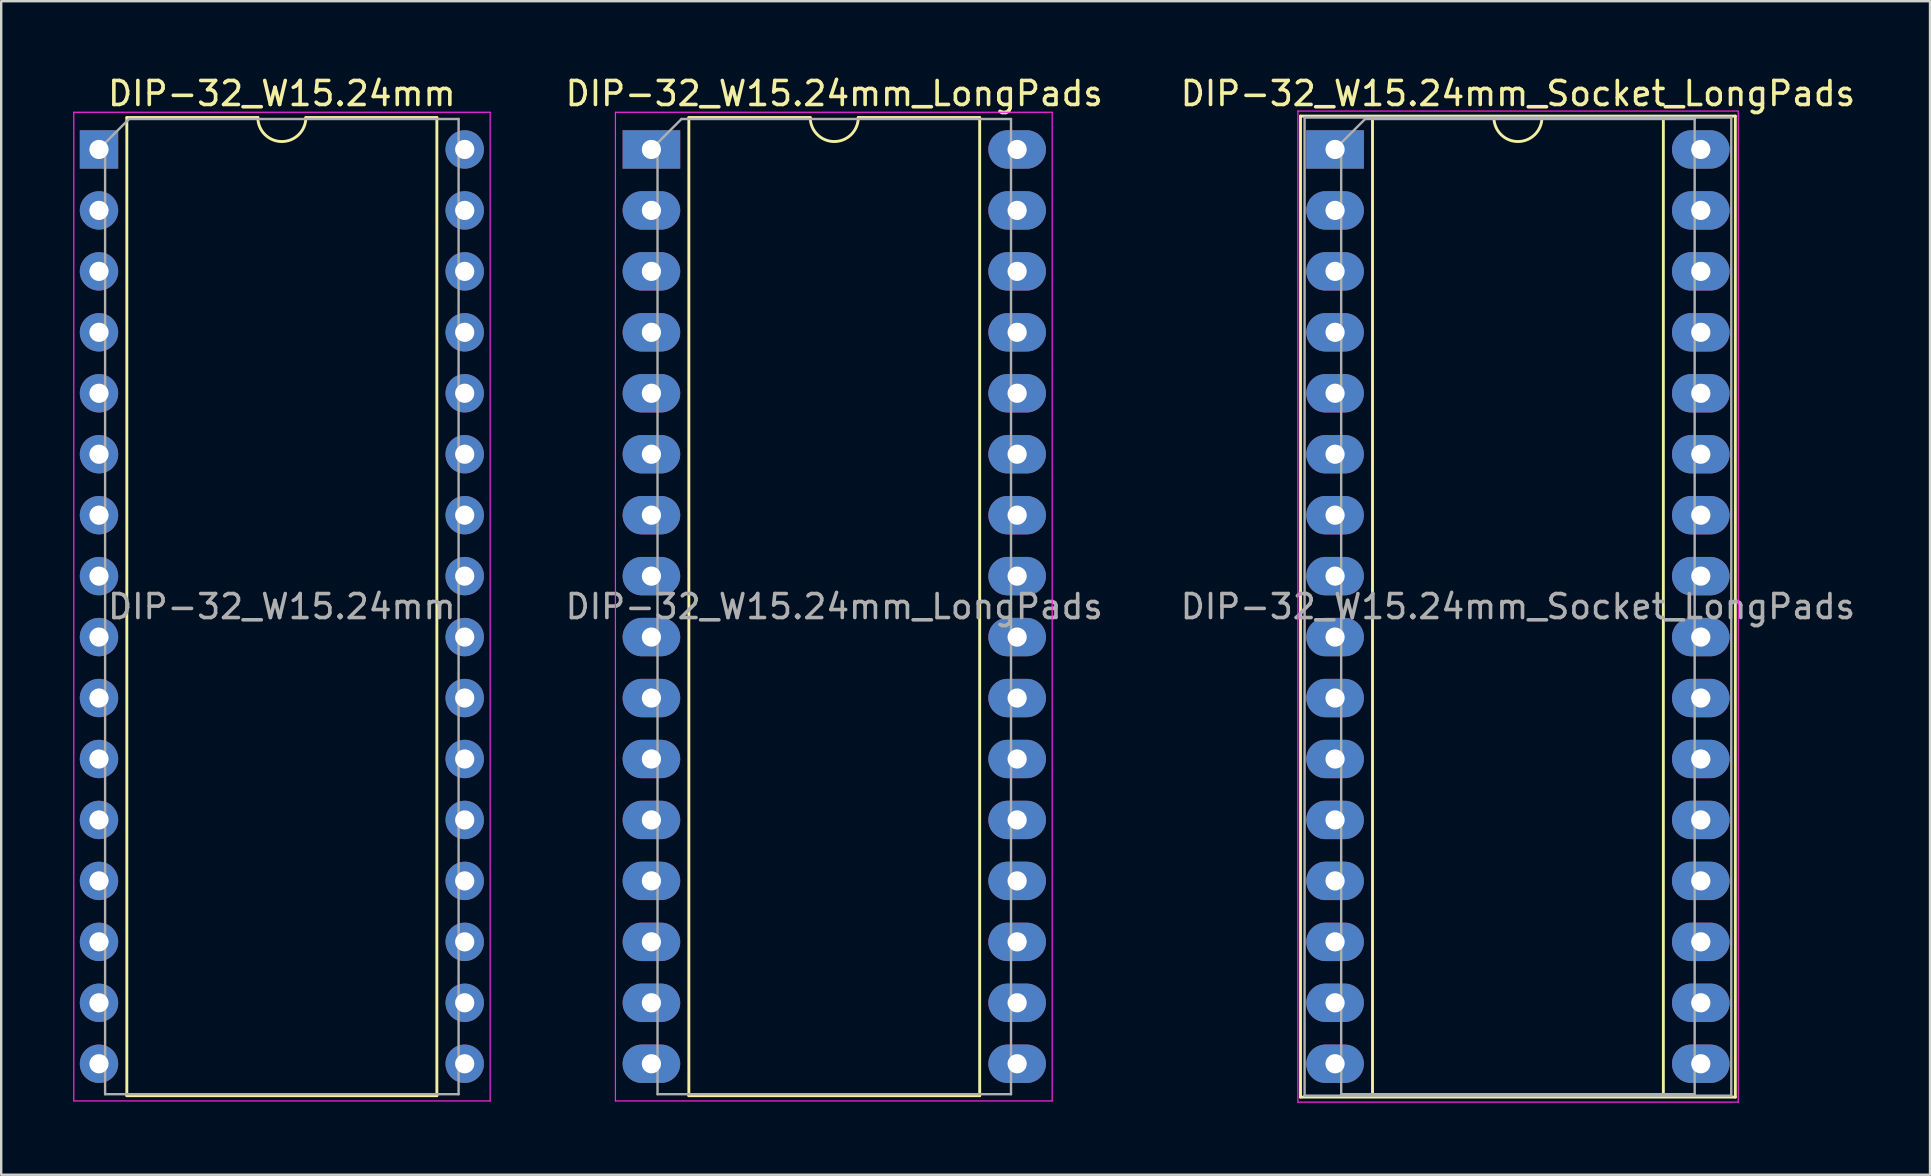
<source format=kicad_pcb>
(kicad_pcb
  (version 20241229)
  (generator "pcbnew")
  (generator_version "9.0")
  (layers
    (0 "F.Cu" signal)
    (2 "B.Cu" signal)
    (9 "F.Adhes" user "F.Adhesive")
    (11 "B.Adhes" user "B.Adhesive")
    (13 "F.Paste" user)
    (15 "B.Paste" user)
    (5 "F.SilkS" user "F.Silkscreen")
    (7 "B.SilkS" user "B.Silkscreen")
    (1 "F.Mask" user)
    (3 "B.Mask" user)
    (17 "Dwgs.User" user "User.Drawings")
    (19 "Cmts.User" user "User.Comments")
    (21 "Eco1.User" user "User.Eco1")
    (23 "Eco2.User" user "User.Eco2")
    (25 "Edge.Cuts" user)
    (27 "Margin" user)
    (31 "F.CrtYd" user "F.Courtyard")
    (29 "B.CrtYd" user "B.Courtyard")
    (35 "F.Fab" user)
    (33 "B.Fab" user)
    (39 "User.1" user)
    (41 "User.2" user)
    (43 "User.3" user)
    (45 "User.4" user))
  (footprint "DIP-32_W15.24mm_Socket_LongPads"
    (layer "F.Cu")
    (at 52.584 3.178)
    (property "Reference" "DIP-32_W15.24mm_Socket_LongPads" (at 7.62 -2.33 0) (layer "F.SilkS") (effects (font (size 1 1) (thickness 0.15))))
    (attr through_hole)
    (fp_line (start -1.44 -1.39) (end -1.44 39.49) (stroke (width 0.12) (type solid)) (layer "F.SilkS"))
    (fp_line (start -1.44 39.49) (end 16.68 39.49) (stroke (width 0.12) (type solid)) (layer "F.SilkS"))
    (fp_line (start 1.56 -1.33) (end 1.56 39.43) (stroke (width 0.12) (type solid)) (layer "F.SilkS"))
    (fp_line (start 1.56 39.43) (end 13.68 39.43) (stroke (width 0.12) (type solid)) (layer "F.SilkS"))
    (fp_line (start 6.62 -1.33) (end 1.56 -1.33) (stroke (width 0.12) (type solid)) (layer "F.SilkS"))
    (fp_line (start 13.68 -1.33) (end 8.62 -1.33) (stroke (width 0.12) (type solid)) (layer "F.SilkS"))
    (fp_line (start 13.68 39.43) (end 13.68 -1.33) (stroke (width 0.12) (type solid)) (layer "F.SilkS"))
    (fp_line (start 16.68 -1.39) (end -1.44 -1.39) (stroke (width 0.12) (type solid)) (layer "F.SilkS"))
    (fp_line (start 16.68 39.49) (end 16.68 -1.39) (stroke (width 0.12) (type solid)) (layer "F.SilkS"))
    (fp_arc (start 8.62 -1.33) (mid 7.62 -0.33) (end 6.62 -1.33) (stroke (width 0.12) (type solid)) (layer "F.SilkS"))
    (fp_line (start -1.55 -1.6) (end -1.55 39.7) (stroke (width 0.05) (type solid)) (layer "F.CrtYd"))
    (fp_line (start -1.55 39.7) (end 16.8 39.7) (stroke (width 0.05) (type solid)) (layer "F.CrtYd"))
    (fp_line (start 16.8 -1.6) (end -1.55 -1.6) (stroke (width 0.05) (type solid)) (layer "F.CrtYd"))
    (fp_line (start 16.8 39.7) (end 16.8 -1.6) (stroke (width 0.05) (type solid)) (layer "F.CrtYd"))
    (fp_line (start -1.27 -1.33) (end -1.27 39.43) (stroke (width 0.1) (type solid)) (layer "F.Fab"))
    (fp_line (start -1.27 39.43) (end 16.51 39.43) (stroke (width 0.1) (type solid)) (layer "F.Fab"))
    (fp_line (start 0.255 -0.27) (end 1.255 -1.27) (stroke (width 0.1) (type solid)) (layer "F.Fab"))
    (fp_line (start 0.255 39.37) (end 0.255 -0.27) (stroke (width 0.1) (type solid)) (layer "F.Fab"))
    (fp_line (start 1.255 -1.27) (end 14.985 -1.27) (stroke (width 0.1) (type solid)) (layer "F.Fab"))
    (fp_line (start 14.985 -1.27) (end 14.985 39.37) (stroke (width 0.1) (type solid)) (layer "F.Fab"))
    (fp_line (start 14.985 39.37) (end 0.255 39.37) (stroke (width 0.1) (type solid)) (layer "F.Fab"))
    (fp_line (start 16.51 -1.33) (end -1.27 -1.33) (stroke (width 0.1) (type solid)) (layer "F.Fab"))
    (fp_line (start 16.51 39.43) (end 16.51 -1.33) (stroke (width 0.1) (type solid)) (layer "F.Fab"))
    (fp_text user "${REFERENCE}" (at 7.62 19.05 0) (layer "F.Fab") (effects (font (size 1 1) (thickness 0.15))))
    (pad "1" thru_hole rect (at 0 0) (size 2.4 1.6) (drill 0.8) (layers "*.Cu" "*.Mask"))
    (pad "2" thru_hole oval (at 0 2.54) (size 2.4 1.6) (drill 0.8) (layers "*.Cu" "*.Mask"))
    (pad "3" thru_hole oval (at 0 5.08) (size 2.4 1.6) (drill 0.8) (layers "*.Cu" "*.Mask"))
    (pad "4" thru_hole oval (at 0 7.62) (size 2.4 1.6) (drill 0.8) (layers "*.Cu" "*.Mask"))
    (pad "5" thru_hole oval (at 0 10.16) (size 2.4 1.6) (drill 0.8) (layers "*.Cu" "*.Mask"))
    (pad "6" thru_hole oval (at 0 12.7) (size 2.4 1.6) (drill 0.8) (layers "*.Cu" "*.Mask"))
    (pad "7" thru_hole oval (at 0 15.24) (size 2.4 1.6) (drill 0.8) (layers "*.Cu" "*.Mask"))
    (pad "8" thru_hole oval (at 0 17.78) (size 2.4 1.6) (drill 0.8) (layers "*.Cu" "*.Mask"))
    (pad "9" thru_hole oval (at 0 20.32) (size 2.4 1.6) (drill 0.8) (layers "*.Cu" "*.Mask"))
    (pad "10" thru_hole oval (at 0 22.86) (size 2.4 1.6) (drill 0.8) (layers "*.Cu" "*.Mask"))
    (pad "11" thru_hole oval (at 0 25.4) (size 2.4 1.6) (drill 0.8) (layers "*.Cu" "*.Mask"))
    (pad "12" thru_hole oval (at 0 27.94) (size 2.4 1.6) (drill 0.8) (layers "*.Cu" "*.Mask"))
    (pad "13" thru_hole oval (at 0 30.48) (size 2.4 1.6) (drill 0.8) (layers "*.Cu" "*.Mask"))
    (pad "14" thru_hole oval (at 0 33.02) (size 2.4 1.6) (drill 0.8) (layers "*.Cu" "*.Mask"))
    (pad "15" thru_hole oval (at 0 35.56) (size 2.4 1.6) (drill 0.8) (layers "*.Cu" "*.Mask"))
    (pad "16" thru_hole oval (at 0 38.1) (size 2.4 1.6) (drill 0.8) (layers "*.Cu" "*.Mask"))
    (pad "17" thru_hole oval (at 15.24 38.1) (size 2.4 1.6) (drill 0.8) (layers "*.Cu" "*.Mask"))
    (pad "18" thru_hole oval (at 15.24 35.56) (size 2.4 1.6) (drill 0.8) (layers "*.Cu" "*.Mask"))
    (pad "19" thru_hole oval (at 15.24 33.02) (size 2.4 1.6) (drill 0.8) (layers "*.Cu" "*.Mask"))
    (pad "20" thru_hole oval (at 15.24 30.48) (size 2.4 1.6) (drill 0.8) (layers "*.Cu" "*.Mask"))
    (pad "21" thru_hole oval (at 15.24 27.94) (size 2.4 1.6) (drill 0.8) (layers "*.Cu" "*.Mask"))
    (pad "22" thru_hole oval (at 15.24 25.4) (size 2.4 1.6) (drill 0.8) (layers "*.Cu" "*.Mask"))
    (pad "23" thru_hole oval (at 15.24 22.86) (size 2.4 1.6) (drill 0.8) (layers "*.Cu" "*.Mask"))
    (pad "24" thru_hole oval (at 15.24 20.32) (size 2.4 1.6) (drill 0.8) (layers "*.Cu" "*.Mask"))
    (pad "25" thru_hole oval (at 15.24 17.78) (size 2.4 1.6) (drill 0.8) (layers "*.Cu" "*.Mask"))
    (pad "26" thru_hole oval (at 15.24 15.24) (size 2.4 1.6) (drill 0.8) (layers "*.Cu" "*.Mask"))
    (pad "27" thru_hole oval (at 15.24 12.7) (size 2.4 1.6) (drill 0.8) (layers "*.Cu" "*.Mask"))
    (pad "28" thru_hole oval (at 15.24 10.16) (size 2.4 1.6) (drill 0.8) (layers "*.Cu" "*.Mask"))
    (pad "29" thru_hole oval (at 15.24 7.62) (size 2.4 1.6) (drill 0.8) (layers "*.Cu" "*.Mask"))
    (pad "30" thru_hole oval (at 15.24 5.08) (size 2.4 1.6) (drill 0.8) (layers "*.Cu" "*.Mask"))
    (pad "31" thru_hole oval (at 15.24 2.54) (size 2.4 1.6) (drill 0.8) (layers "*.Cu" "*.Mask"))
    (pad "32" thru_hole oval (at 15.24 0) (size 2.4 1.6) (drill 0.8) (layers "*.Cu" "*.Mask")))
  (footprint "DIP-32_W15.24mm"
    (layer "F.Cu")
    (at 1.075 3.178)
    (property "Reference" "DIP-32_W15.24mm" (at 7.62 -2.33 0) (layer "F.SilkS") (effects (font (size 1 1) (thickness 0.15))))
    (attr through_hole)
    (fp_line (start 1.16 -1.33) (end 1.16 39.43) (stroke (width 0.12) (type solid)) (layer "F.SilkS"))
    (fp_line (start 1.16 39.43) (end 14.08 39.43) (stroke (width 0.12) (type solid)) (layer "F.SilkS"))
    (fp_line (start 6.62 -1.33) (end 1.16 -1.33) (stroke (width 0.12) (type solid)) (layer "F.SilkS"))
    (fp_line (start 14.08 -1.33) (end 8.62 -1.33) (stroke (width 0.12) (type solid)) (layer "F.SilkS"))
    (fp_line (start 14.08 39.43) (end 14.08 -1.33) (stroke (width 0.12) (type solid)) (layer "F.SilkS"))
    (fp_arc (start 8.62 -1.33) (mid 7.62 -0.33) (end 6.62 -1.33) (stroke (width 0.12) (type solid)) (layer "F.SilkS"))
    (fp_line (start -1.05 -1.55) (end -1.05 39.65) (stroke (width 0.05) (type solid)) (layer "F.CrtYd"))
    (fp_line (start -1.05 39.65) (end 16.3 39.65) (stroke (width 0.05) (type solid)) (layer "F.CrtYd"))
    (fp_line (start 16.3 -1.55) (end -1.05 -1.55) (stroke (width 0.05) (type solid)) (layer "F.CrtYd"))
    (fp_line (start 16.3 39.65) (end 16.3 -1.55) (stroke (width 0.05) (type solid)) (layer "F.CrtYd"))
    (fp_line (start 0.255 -0.27) (end 1.255 -1.27) (stroke (width 0.1) (type solid)) (layer "F.Fab"))
    (fp_line (start 0.255 39.37) (end 0.255 -0.27) (stroke (width 0.1) (type solid)) (layer "F.Fab"))
    (fp_line (start 1.255 -1.27) (end 14.985 -1.27) (stroke (width 0.1) (type solid)) (layer "F.Fab"))
    (fp_line (start 14.985 -1.27) (end 14.985 39.37) (stroke (width 0.1) (type solid)) (layer "F.Fab"))
    (fp_line (start 14.985 39.37) (end 0.255 39.37) (stroke (width 0.1) (type solid)) (layer "F.Fab"))
    (fp_text user "${REFERENCE}" (at 7.62 19.05 0) (layer "F.Fab") (effects (font (size 1 1) (thickness 0.15))))
    (pad "1" thru_hole rect (at 0 0) (size 1.6 1.6) (drill 0.8) (layers "*.Cu" "*.Mask"))
    (pad "2" thru_hole oval (at 0 2.54) (size 1.6 1.6) (drill 0.8) (layers "*.Cu" "*.Mask"))
    (pad "3" thru_hole oval (at 0 5.08) (size 1.6 1.6) (drill 0.8) (layers "*.Cu" "*.Mask"))
    (pad "4" thru_hole oval (at 0 7.62) (size 1.6 1.6) (drill 0.8) (layers "*.Cu" "*.Mask"))
    (pad "5" thru_hole oval (at 0 10.16) (size 1.6 1.6) (drill 0.8) (layers "*.Cu" "*.Mask"))
    (pad "6" thru_hole oval (at 0 12.7) (size 1.6 1.6) (drill 0.8) (layers "*.Cu" "*.Mask"))
    (pad "7" thru_hole oval (at 0 15.24) (size 1.6 1.6) (drill 0.8) (layers "*.Cu" "*.Mask"))
    (pad "8" thru_hole oval (at 0 17.78) (size 1.6 1.6) (drill 0.8) (layers "*.Cu" "*.Mask"))
    (pad "9" thru_hole oval (at 0 20.32) (size 1.6 1.6) (drill 0.8) (layers "*.Cu" "*.Mask"))
    (pad "10" thru_hole oval (at 0 22.86) (size 1.6 1.6) (drill 0.8) (layers "*.Cu" "*.Mask"))
    (pad "11" thru_hole oval (at 0 25.4) (size 1.6 1.6) (drill 0.8) (layers "*.Cu" "*.Mask"))
    (pad "12" thru_hole oval (at 0 27.94) (size 1.6 1.6) (drill 0.8) (layers "*.Cu" "*.Mask"))
    (pad "13" thru_hole oval (at 0 30.48) (size 1.6 1.6) (drill 0.8) (layers "*.Cu" "*.Mask"))
    (pad "14" thru_hole oval (at 0 33.02) (size 1.6 1.6) (drill 0.8) (layers "*.Cu" "*.Mask"))
    (pad "15" thru_hole oval (at 0 35.56) (size 1.6 1.6) (drill 0.8) (layers "*.Cu" "*.Mask"))
    (pad "16" thru_hole oval (at 0 38.1) (size 1.6 1.6) (drill 0.8) (layers "*.Cu" "*.Mask"))
    (pad "17" thru_hole oval (at 15.24 38.1) (size 1.6 1.6) (drill 0.8) (layers "*.Cu" "*.Mask"))
    (pad "18" thru_hole oval (at 15.24 35.56) (size 1.6 1.6) (drill 0.8) (layers "*.Cu" "*.Mask"))
    (pad "19" thru_hole oval (at 15.24 33.02) (size 1.6 1.6) (drill 0.8) (layers "*.Cu" "*.Mask"))
    (pad "20" thru_hole oval (at 15.24 30.48) (size 1.6 1.6) (drill 0.8) (layers "*.Cu" "*.Mask"))
    (pad "21" thru_hole oval (at 15.24 27.94) (size 1.6 1.6) (drill 0.8) (layers "*.Cu" "*.Mask"))
    (pad "22" thru_hole oval (at 15.24 25.4) (size 1.6 1.6) (drill 0.8) (layers "*.Cu" "*.Mask"))
    (pad "23" thru_hole oval (at 15.24 22.86) (size 1.6 1.6) (drill 0.8) (layers "*.Cu" "*.Mask"))
    (pad "24" thru_hole oval (at 15.24 20.32) (size 1.6 1.6) (drill 0.8) (layers "*.Cu" "*.Mask"))
    (pad "25" thru_hole oval (at 15.24 17.78) (size 1.6 1.6) (drill 0.8) (layers "*.Cu" "*.Mask"))
    (pad "26" thru_hole oval (at 15.24 15.24) (size 1.6 1.6) (drill 0.8) (layers "*.Cu" "*.Mask"))
    (pad "27" thru_hole oval (at 15.24 12.7) (size 1.6 1.6) (drill 0.8) (layers "*.Cu" "*.Mask"))
    (pad "28" thru_hole oval (at 15.24 10.16) (size 1.6 1.6) (drill 0.8) (layers "*.Cu" "*.Mask"))
    (pad "29" thru_hole oval (at 15.24 7.62) (size 1.6 1.6) (drill 0.8) (layers "*.Cu" "*.Mask"))
    (pad "30" thru_hole oval (at 15.24 5.08) (size 1.6 1.6) (drill 0.8) (layers "*.Cu" "*.Mask"))
    (pad "31" thru_hole oval (at 15.24 2.54) (size 1.6 1.6) (drill 0.8) (layers "*.Cu" "*.Mask"))
    (pad "32" thru_hole oval (at 15.24 0) (size 1.6 1.6) (drill 0.8) (layers "*.Cu" "*.Mask")))
  (footprint "DIP-32_W15.24mm_LongPads"
    (layer "F.Cu")
    (at 24.095 3.178)
    (property "Reference" "DIP-32_W15.24mm_LongPads" (at 7.62 -2.33 0) (layer "F.SilkS") (effects (font (size 1 1) (thickness 0.15))))
    (attr through_hole)
    (fp_line (start 1.56 -1.33) (end 1.56 39.43) (stroke (width 0.12) (type solid)) (layer "F.SilkS"))
    (fp_line (start 1.56 39.43) (end 13.68 39.43) (stroke (width 0.12) (type solid)) (layer "F.SilkS"))
    (fp_line (start 6.62 -1.33) (end 1.56 -1.33) (stroke (width 0.12) (type solid)) (layer "F.SilkS"))
    (fp_line (start 13.68 -1.33) (end 8.62 -1.33) (stroke (width 0.12) (type solid)) (layer "F.SilkS"))
    (fp_line (start 13.68 39.43) (end 13.68 -1.33) (stroke (width 0.12) (type solid)) (layer "F.SilkS"))
    (fp_arc (start 8.62 -1.33) (mid 7.62 -0.33) (end 6.62 -1.33) (stroke (width 0.12) (type solid)) (layer "F.SilkS"))
    (fp_line (start -1.5 -1.55) (end -1.5 39.65) (stroke (width 0.05) (type solid)) (layer "F.CrtYd"))
    (fp_line (start -1.5 39.65) (end 16.7 39.65) (stroke (width 0.05) (type solid)) (layer "F.CrtYd"))
    (fp_line (start 16.7 -1.55) (end -1.5 -1.55) (stroke (width 0.05) (type solid)) (layer "F.CrtYd"))
    (fp_line (start 16.7 39.65) (end 16.7 -1.55) (stroke (width 0.05) (type solid)) (layer "F.CrtYd"))
    (fp_line (start 0.255 -0.27) (end 1.255 -1.27) (stroke (width 0.1) (type solid)) (layer "F.Fab"))
    (fp_line (start 0.255 39.37) (end 0.255 -0.27) (stroke (width 0.1) (type solid)) (layer "F.Fab"))
    (fp_line (start 1.255 -1.27) (end 14.985 -1.27) (stroke (width 0.1) (type solid)) (layer "F.Fab"))
    (fp_line (start 14.985 -1.27) (end 14.985 39.37) (stroke (width 0.1) (type solid)) (layer "F.Fab"))
    (fp_line (start 14.985 39.37) (end 0.255 39.37) (stroke (width 0.1) (type solid)) (layer "F.Fab"))
    (fp_text user "${REFERENCE}" (at 7.62 19.05 0) (layer "F.Fab") (effects (font (size 1 1) (thickness 0.15))))
    (pad "1" thru_hole rect (at 0 0) (size 2.4 1.6) (drill 0.8) (layers "*.Cu" "*.Mask"))
    (pad "2" thru_hole oval (at 0 2.54) (size 2.4 1.6) (drill 0.8) (layers "*.Cu" "*.Mask"))
    (pad "3" thru_hole oval (at 0 5.08) (size 2.4 1.6) (drill 0.8) (layers "*.Cu" "*.Mask"))
    (pad "4" thru_hole oval (at 0 7.62) (size 2.4 1.6) (drill 0.8) (layers "*.Cu" "*.Mask"))
    (pad "5" thru_hole oval (at 0 10.16) (size 2.4 1.6) (drill 0.8) (layers "*.Cu" "*.Mask"))
    (pad "6" thru_hole oval (at 0 12.7) (size 2.4 1.6) (drill 0.8) (layers "*.Cu" "*.Mask"))
    (pad "7" thru_hole oval (at 0 15.24) (size 2.4 1.6) (drill 0.8) (layers "*.Cu" "*.Mask"))
    (pad "8" thru_hole oval (at 0 17.78) (size 2.4 1.6) (drill 0.8) (layers "*.Cu" "*.Mask"))
    (pad "9" thru_hole oval (at 0 20.32) (size 2.4 1.6) (drill 0.8) (layers "*.Cu" "*.Mask"))
    (pad "10" thru_hole oval (at 0 22.86) (size 2.4 1.6) (drill 0.8) (layers "*.Cu" "*.Mask"))
    (pad "11" thru_hole oval (at 0 25.4) (size 2.4 1.6) (drill 0.8) (layers "*.Cu" "*.Mask"))
    (pad "12" thru_hole oval (at 0 27.94) (size 2.4 1.6) (drill 0.8) (layers "*.Cu" "*.Mask"))
    (pad "13" thru_hole oval (at 0 30.48) (size 2.4 1.6) (drill 0.8) (layers "*.Cu" "*.Mask"))
    (pad "14" thru_hole oval (at 0 33.02) (size 2.4 1.6) (drill 0.8) (layers "*.Cu" "*.Mask"))
    (pad "15" thru_hole oval (at 0 35.56) (size 2.4 1.6) (drill 0.8) (layers "*.Cu" "*.Mask"))
    (pad "16" thru_hole oval (at 0 38.1) (size 2.4 1.6) (drill 0.8) (layers "*.Cu" "*.Mask"))
    (pad "17" thru_hole oval (at 15.24 38.1) (size 2.4 1.6) (drill 0.8) (layers "*.Cu" "*.Mask"))
    (pad "18" thru_hole oval (at 15.24 35.56) (size 2.4 1.6) (drill 0.8) (layers "*.Cu" "*.Mask"))
    (pad "19" thru_hole oval (at 15.24 33.02) (size 2.4 1.6) (drill 0.8) (layers "*.Cu" "*.Mask"))
    (pad "20" thru_hole oval (at 15.24 30.48) (size 2.4 1.6) (drill 0.8) (layers "*.Cu" "*.Mask"))
    (pad "21" thru_hole oval (at 15.24 27.94) (size 2.4 1.6) (drill 0.8) (layers "*.Cu" "*.Mask"))
    (pad "22" thru_hole oval (at 15.24 25.4) (size 2.4 1.6) (drill 0.8) (layers "*.Cu" "*.Mask"))
    (pad "23" thru_hole oval (at 15.24 22.86) (size 2.4 1.6) (drill 0.8) (layers "*.Cu" "*.Mask"))
    (pad "24" thru_hole oval (at 15.24 20.32) (size 2.4 1.6) (drill 0.8) (layers "*.Cu" "*.Mask"))
    (pad "25" thru_hole oval (at 15.24 17.78) (size 2.4 1.6) (drill 0.8) (layers "*.Cu" "*.Mask"))
    (pad "26" thru_hole oval (at 15.24 15.24) (size 2.4 1.6) (drill 0.8) (layers "*.Cu" "*.Mask"))
    (pad "27" thru_hole oval (at 15.24 12.7) (size 2.4 1.6) (drill 0.8) (layers "*.Cu" "*.Mask"))
    (pad "28" thru_hole oval (at 15.24 10.16) (size 2.4 1.6) (drill 0.8) (layers "*.Cu" "*.Mask"))
    (pad "29" thru_hole oval (at 15.24 7.62) (size 2.4 1.6) (drill 0.8) (layers "*.Cu" "*.Mask"))
    (pad "30" thru_hole oval (at 15.24 5.08) (size 2.4 1.6) (drill 0.8) (layers "*.Cu" "*.Mask"))
    (pad "31" thru_hole oval (at 15.24 2.54) (size 2.4 1.6) (drill 0.8) (layers "*.Cu" "*.Mask"))
    (pad "32" thru_hole oval (at 15.24 0) (size 2.4 1.6) (drill 0.8) (layers "*.Cu" "*.Mask")))
  (gr_rect
    (start -3 -3)
    (end 77.376 45.903)
    (stroke (width 0.1) (type default))
    (fill no)
    (layer "Edge.Cuts")))
</source>
